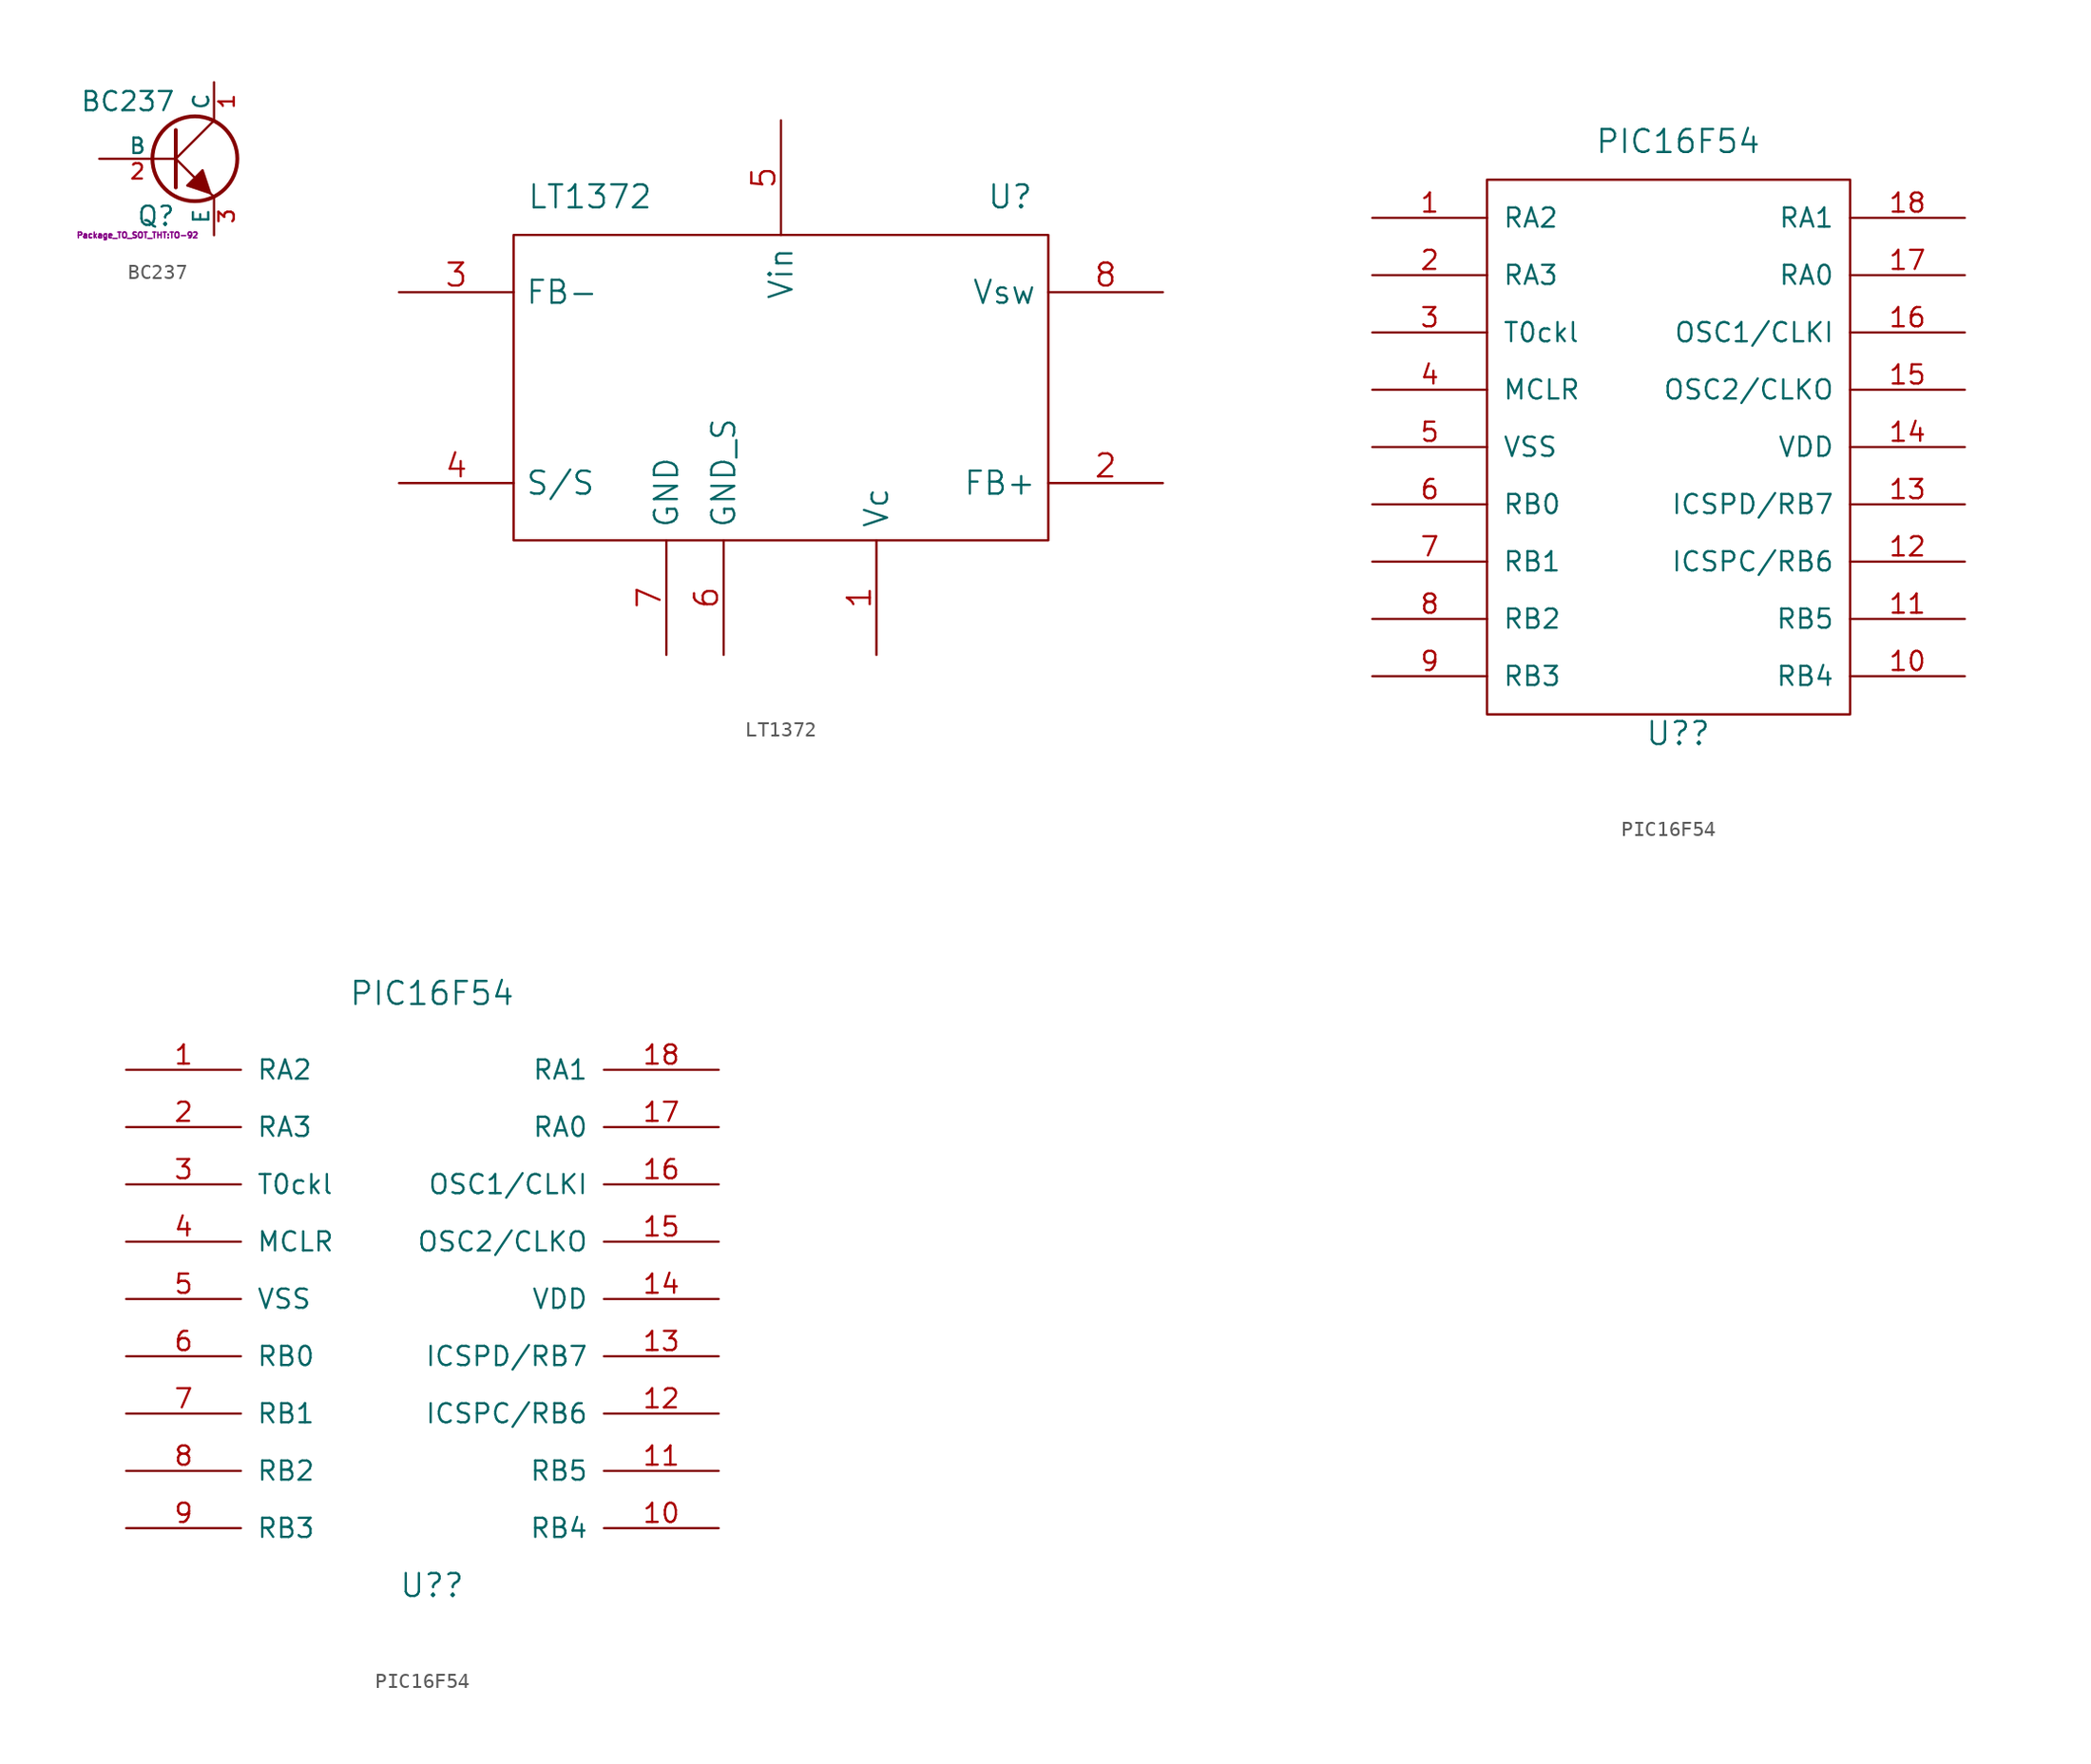
<source format=kicad_sym>
(kicad_symbol_lib
  (version 20230620)
  (generator kicad_symbol_editor)
  (symbol "BC237"
    (pin_names
      (offset 0))
    (property "Reference" "Q"
      (at 0 -3.81 0)
      (effects (font (size 1.27 1.27)) (justify right)))
    (property "Value" "BC237"
      (at 0 3.81 0)
      (effects (font (size 1.27 1.27)) (justify right)))
    (property "Footprint" "Package_TO_SOT_THT:TO-92"
      (at -2.54 -5.08 0)
      (effects (font (size 0.381 0.381))))
    (property "Datasheet" ""
      (at 0 0 0)
      (effects (font (size 1.524 1.524))))
    (symbol "BC237_0_1"
      (polyline (pts (xy 0 0) (xy 2.54 2.54)) (stroke (width 0) (type default)) (fill (type none)))
      (polyline (pts (xy 0 1.905) (xy 0 -1.905) (xy 0 -1.905)) (stroke (width 0.254) (type default)) (fill (type none)))
      (polyline (pts (xy 1.27 -1.27) (xy 0 0) (xy 0 0)) (stroke (width 0) (type default)) (fill (type none)))
      (polyline (pts (xy 2.286 -2.286) (xy 2.54 -2.54) (xy 2.54 -2.54)) (stroke (width 0) (type default)) (fill (type none)))
      (polyline (pts (xy 2.286 -2.286) (xy 1.778 -0.762) (xy 0.762 -1.778) (xy 2.286 -2.286) (xy 2.286 -2.286)) (stroke (width 0) (type default)) (fill (type outline)))
      (circle (center 1.27 0) (radius 2.819) (stroke (width 0.254) (type default)) (fill (type none))))
    (symbol "BC237_1_1"
      (pin passive line (at 2.54 5.08 270) (length 2.54) (name "C" (effects (font (size 1.016 1.016)))) (number "1" (effects (font (size 1.016 1.016)))))
      (pin input line (at -5.08 0 0) (length 5.08) (name "B" (effects (font (size 1.016 1.016)))) (number "2" (effects (font (size 1.016 1.016)))))
      (pin passive line (at 2.54 -5.08 90) (length 2.54) (name "E" (effects (font (size 1.016 1.016)))) (number "3" (effects (font (size 1.016 1.016)))))))
  (symbol "LT1372"
    (pin_names
      (offset 0.762))
    (property "Reference" "U"
      (at 15.24 12.7 0)
      (effects (font (size 1.524 1.524))))
    (property "Value" "LT1372"
      (at -12.7 12.7 0)
      (effects (font (size 1.524 1.524))))
    (property "Footprint" ""
      (at 0 0 0)
      (effects (font (size 1.524 1.524))))
    (property "Datasheet" ""
      (at 0 0 0)
      (effects (font (size 1.524 1.524))))
    (symbol "LT1372_0_1"
      (rectangle (start -17.78 -10.16) (end 17.78 10.16) (stroke (width 0) (type default)) (fill (type none))))
    (symbol "LT1372_1_1"
      (pin input line (at 6.35 -17.78 90) (length 7.62) (name "Vc" (effects (font (size 1.524 1.524)))) (number "1" (effects (font (size 1.524 1.524)))))
      (pin input line (at 25.4 -6.35 180) (length 7.62) (name "FB+" (effects (font (size 1.524 1.524)))) (number "2" (effects (font (size 1.524 1.524)))))
      (pin passive line (at -25.4 6.35 0) (length 7.62) (name "FB-" (effects (font (size 1.524 1.524)))) (number "3" (effects (font (size 1.524 1.524)))))
      (pin passive line (at -25.4 -6.35 0) (length 7.62) (name "S/S" (effects (font (size 1.524 1.524)))) (number "4" (effects (font (size 1.524 1.524)))))
      (pin power_in line (at 0 17.78 270) (length 7.62) (name "Vin" (effects (font (size 1.524 1.524)))) (number "5" (effects (font (size 1.524 1.524)))))
      (pin input line (at -3.81 -17.78 90) (length 7.62) (name "GND_S" (effects (font (size 1.524 1.524)))) (number "6" (effects (font (size 1.524 1.524)))))
      (pin input line (at -7.62 -17.78 90) (length 7.62) (name "GND" (effects (font (size 1.524 1.524)))) (number "7" (effects (font (size 1.524 1.524)))))
      (pin input line (at 25.4 6.35 180) (length 7.62) (name "Vsw" (effects (font (size 1.524 1.524)))) (number "8" (effects (font (size 1.524 1.524)))))))
  (symbol "PIC16F54"
    (pin_names
      (offset 1.016))
    (property "Reference" "U?"
      (at 0 -19.05 0)
      (effects (font (size 1.524 1.524))))
    (property "Value" "PIC16F54"
      (at 0 20.32 0)
      (effects (font (size 1.524 1.524))))
    (property "Footprint" ""
      (at 0 0 0)
      (effects (font (size 1.524 1.524))))
    (property "Datasheet" ""
      (at 0 0 0)
      (effects (font (size 1.524 1.524))))
    (symbol "PIC16F54_0_1"
      (rectangle (start -12.7 17.78) (end 11.43 -17.78) (stroke (width 0) (type default)) (fill (type none))))
    (symbol "PIC16F54_1_1"
      (pin bidirectional line (at -20.32 15.24 0) (length 7.62) (name "RA2" (effects (font (size 1.27 1.27)))) (number "1" (effects (font (size 1.27 1.27)))))
      (pin bidirectional line (at 19.05 -15.24 180) (length 7.62) (name "RB4" (effects (font (size 1.27 1.27)))) (number "10" (effects (font (size 1.27 1.27)))))
      (pin bidirectional line (at 19.05 -11.43 180) (length 7.62) (name "RB5" (effects (font (size 1.27 1.27)))) (number "11" (effects (font (size 1.27 1.27)))))
      (pin bidirectional line (at 19.05 -7.62 180) (length 7.62) (name "ICSPC/RB6" (effects (font (size 1.27 1.27)))) (number "12" (effects (font (size 1.27 1.27)))))
      (pin bidirectional line (at 19.05 -3.81 180) (length 7.62) (name "ICSPD/RB7" (effects (font (size 1.27 1.27)))) (number "13" (effects (font (size 1.27 1.27)))))
      (pin power_in line (at 19.05 0 180) (length 7.62) (name "VDD" (effects (font (size 1.27 1.27)))) (number "14" (effects (font (size 1.27 1.27)))))
      (pin output line (at 19.05 3.81 180) (length 7.62) (name "OSC2/CLKO" (effects (font (size 1.27 1.27)))) (number "15" (effects (font (size 1.27 1.27)))))
      (pin input line (at 19.05 7.62 180) (length 7.62) (name "OSC1/CLKI" (effects (font (size 1.27 1.27)))) (number "16" (effects (font (size 1.27 1.27)))))
      (pin bidirectional line (at 19.05 11.43 180) (length 7.62) (name "RA0" (effects (font (size 1.27 1.27)))) (number "17" (effects (font (size 1.27 1.27)))))
      (pin bidirectional line (at 19.05 15.24 180) (length 7.62) (name "RA1" (effects (font (size 1.27 1.27)))) (number "18" (effects (font (size 1.27 1.27)))))
      (pin bidirectional line (at -20.32 11.43 0) (length 7.62) (name "RA3" (effects (font (size 1.27 1.27)))) (number "2" (effects (font (size 1.27 1.27)))))
      (pin output line (at -20.32 7.62 0) (length 7.62) (name "T0ckl" (effects (font (size 1.27 1.27)))) (number "3" (effects (font (size 1.27 1.27)))))
      (pin input line (at -20.32 3.81 0) (length 7.62) (name "MCLR" (effects (font (size 1.27 1.27)))) (number "4" (effects (font (size 1.27 1.27)))))
      (pin power_in line (at -20.32 0 0) (length 7.62) (name "VSS" (effects (font (size 1.27 1.27)))) (number "5" (effects (font (size 1.27 1.27)))))
      (pin bidirectional line (at -20.32 -3.81 0) (length 7.62) (name "RB0" (effects (font (size 1.27 1.27)))) (number "6" (effects (font (size 1.27 1.27)))))
      (pin bidirectional line (at -20.32 -7.62 0) (length 7.62) (name "RB1" (effects (font (size 1.27 1.27)))) (number "7" (effects (font (size 1.27 1.27)))))
      (pin bidirectional line (at -20.32 -11.43 0) (length 7.62) (name "RB2" (effects (font (size 1.27 1.27)))) (number "8" (effects (font (size 1.27 1.27)))))
      (pin bidirectional line (at -20.32 -15.24 0) (length 7.62) (name "RB3" (effects (font (size 1.27 1.27)))) (number "9" (effects (font (size 1.27 1.27))))))
    (symbol "PIC16F54_1_2"
      (pin bidirectional line (at -20.32 15.24 0) (length 7.62) (name "RA2" (effects (font (size 1.27 1.27)))) (number "1" (effects (font (size 1.27 1.27)))))
      (pin bidirectional line (at 19.05 -15.24 180) (length 7.62) (name "RB4" (effects (font (size 1.27 1.27)))) (number "10" (effects (font (size 1.27 1.27)))))
      (pin bidirectional line (at 19.05 -11.43 180) (length 7.62) (name "RB5" (effects (font (size 1.27 1.27)))) (number "11" (effects (font (size 1.27 1.27)))))
      (pin bidirectional line (at 19.05 -7.62 180) (length 7.62) (name "ICSPC/RB6" (effects (font (size 1.27 1.27)))) (number "12" (effects (font (size 1.27 1.27)))))
      (pin bidirectional line (at 19.05 -3.81 180) (length 7.62) (name "ICSPD/RB7" (effects (font (size 1.27 1.27)))) (number "13" (effects (font (size 1.27 1.27)))))
      (pin power_in line (at 19.05 0 180) (length 7.62) (name "VDD" (effects (font (size 1.27 1.27)))) (number "14" (effects (font (size 1.27 1.27)))))
      (pin output line (at 19.05 3.81 180) (length 7.62) (name "OSC2/CLKO" (effects (font (size 1.27 1.27)))) (number "15" (effects (font (size 1.27 1.27)))))
      (pin input line (at 19.05 7.62 180) (length 7.62) (name "OSC1/CLKI" (effects (font (size 1.27 1.27)))) (number "16" (effects (font (size 1.27 1.27)))))
      (pin bidirectional line (at 19.05 11.43 180) (length 7.62) (name "RA0" (effects (font (size 1.27 1.27)))) (number "17" (effects (font (size 1.27 1.27)))))
      (pin bidirectional line (at 19.05 15.24 180) (length 7.62) (name "RA1" (effects (font (size 1.27 1.27)))) (number "18" (effects (font (size 1.27 1.27)))))
      (pin bidirectional line (at -20.32 11.43 0) (length 7.62) (name "RA3" (effects (font (size 1.27 1.27)))) (number "2" (effects (font (size 1.27 1.27)))))
      (pin output line (at -20.32 7.62 0) (length 7.62) (name "T0ckl" (effects (font (size 1.27 1.27)))) (number "3" (effects (font (size 1.27 1.27)))))
      (pin input line (at -20.32 3.81 0) (length 7.62) (name "MCLR" (effects (font (size 1.27 1.27)))) (number "4" (effects (font (size 1.27 1.27)))))
      (pin power_in line (at -20.32 0 0) (length 7.62) (name "VSS" (effects (font (size 1.27 1.27)))) (number "5" (effects (font (size 1.27 1.27)))))
      (pin bidirectional line (at -20.32 -3.81 0) (length 7.62) (name "RB0" (effects (font (size 1.27 1.27)))) (number "6" (effects (font (size 1.27 1.27)))))
      (pin bidirectional line (at -20.32 -7.62 0) (length 7.62) (name "RB1" (effects (font (size 1.27 1.27)))) (number "7" (effects (font (size 1.27 1.27)))))
      (pin bidirectional line (at -20.32 -11.43 0) (length 7.62) (name "RB2" (effects (font (size 1.27 1.27)))) (number "8" (effects (font (size 1.27 1.27)))))
      (pin bidirectional line (at -20.32 -15.24 0) (length 7.62) (name "RB3" (effects (font (size 1.27 1.27)))) (number "9" (effects (font (size 1.27 1.27))))))))
</source>
